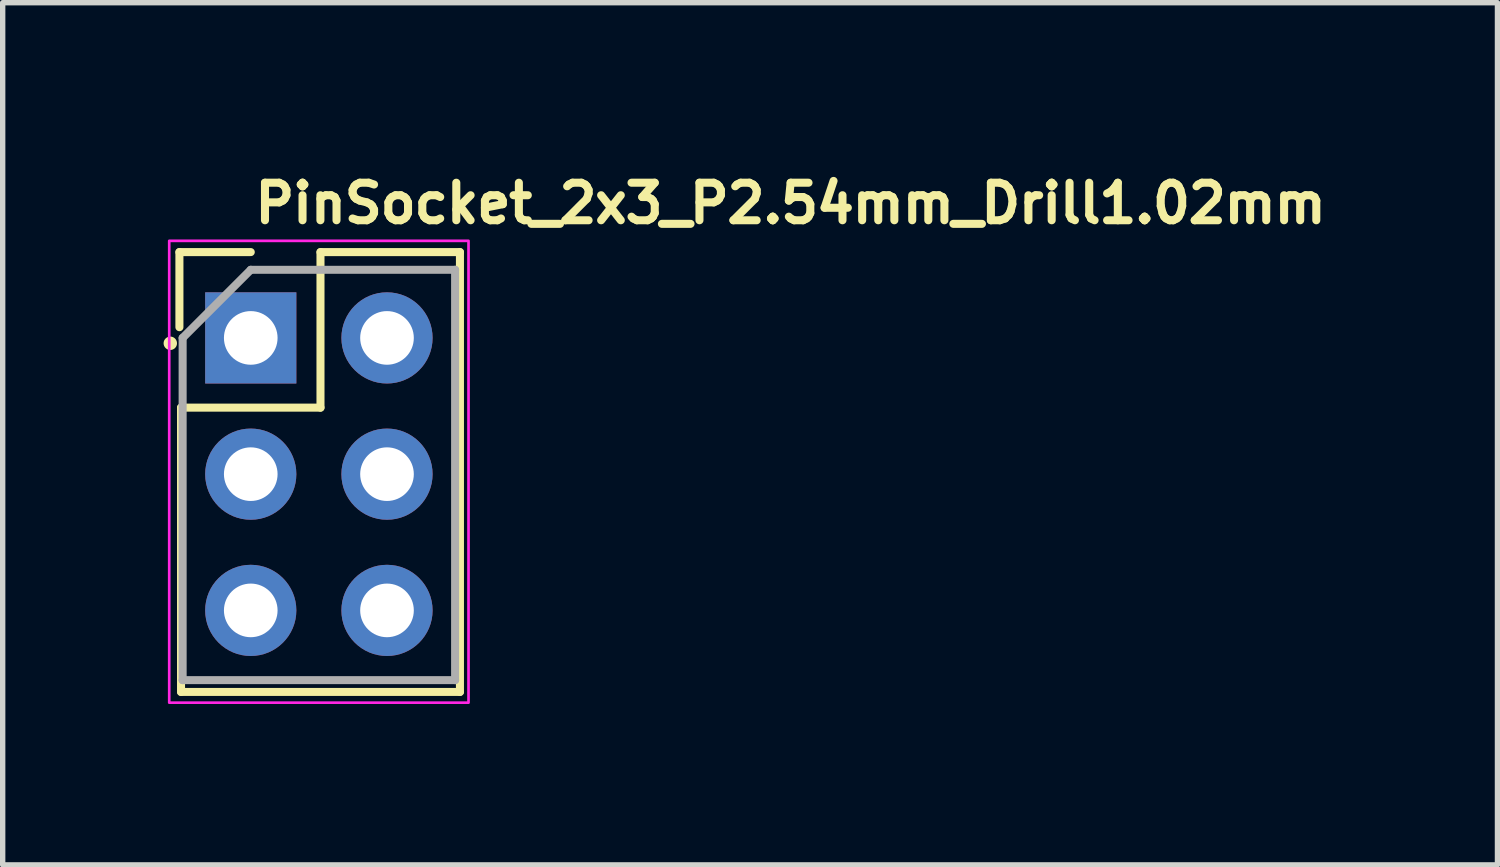
<source format=kicad_pcb>
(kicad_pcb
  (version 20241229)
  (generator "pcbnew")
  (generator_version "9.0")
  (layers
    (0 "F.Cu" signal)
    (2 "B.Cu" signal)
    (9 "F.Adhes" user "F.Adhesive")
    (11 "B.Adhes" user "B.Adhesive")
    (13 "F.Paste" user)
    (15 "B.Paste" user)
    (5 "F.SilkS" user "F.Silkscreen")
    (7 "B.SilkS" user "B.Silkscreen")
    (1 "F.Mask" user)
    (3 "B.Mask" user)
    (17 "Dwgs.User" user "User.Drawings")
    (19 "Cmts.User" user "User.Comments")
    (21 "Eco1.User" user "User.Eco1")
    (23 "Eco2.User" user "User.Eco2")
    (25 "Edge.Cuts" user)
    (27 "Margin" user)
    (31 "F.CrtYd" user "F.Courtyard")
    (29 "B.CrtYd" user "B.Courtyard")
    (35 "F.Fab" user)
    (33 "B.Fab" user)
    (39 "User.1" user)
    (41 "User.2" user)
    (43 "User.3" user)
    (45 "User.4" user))
  (footprint "PinSocket_2x3_P2.54mm_Drill1.02mm"
    (layer "F.Cu")
    (at 1.625 3.25)
    (property "Reference" "PinSocket_2x3_P2.54mm_Drill1.02mm" (at 0 -2.1 0) (layer "F.SilkS") (effects (font (size 0.7 0.7) (thickness 0.15)) (justify left bottom)))
    (attr through_hole)
    (fp_line (start -1.33 -1.6) (end 0 -1.6) (stroke (width 0.15) (type solid)) (layer "F.SilkS"))
    (fp_line (start -1.33 -0.2) (end -1.33 -1.6) (stroke (width 0.15) (type solid)) (layer "F.SilkS"))
    (fp_line (start -1.3 1.3) (end -1.3 6.6) (stroke (width 0.15) (type solid)) (layer "F.SilkS"))
    (fp_line (start -1.3 1.3) (end 1.3 1.3) (stroke (width 0.15) (type solid)) (layer "F.SilkS"))
    (fp_line (start -1.3 6.6) (end 3.9 6.6) (stroke (width 0.15) (type solid)) (layer "F.SilkS"))
    (fp_line (start 1.3 -1.6) (end 3.9 -1.6) (stroke (width 0.15) (type solid)) (layer "F.SilkS"))
    (fp_line (start 1.3 1.3) (end 1.3 -1.6) (stroke (width 0.15) (type solid)) (layer "F.SilkS"))
    (fp_line (start 3.9 -1.6) (end 3.9 6.6) (stroke (width 0.15) (type solid)) (layer "F.SilkS"))
    (fp_circle (center -1.5 0.1) (end -1.45 0.1) (stroke (width 0.15) (type solid)) (fill yes) (layer "F.SilkS"))
    (fp_rect (start -1.52 -1.81) (end 4.06 6.8) (stroke (width 0.05) (type solid)) (fill no) (layer "F.CrtYd"))
    (fp_line (start -1.27 0) (end 0 -1.27) (stroke (width 0.15) (type solid)) (layer "F.Fab"))
    (fp_line (start -1.27 6.38) (end -1.27 0) (stroke (width 0.15) (type solid)) (layer "F.Fab"))
    (fp_line (start 0 -1.27) (end 3.81 -1.27) (stroke (width 0.15) (type solid)) (layer "F.Fab"))
    (fp_line (start 3.81 -1.27) (end 3.81 6.38) (stroke (width 0.15) (type solid)) (layer "F.Fab"))
    (fp_line (start 3.81 6.38) (end -1.27 6.38) (stroke (width 0.15) (type solid)) (layer "F.Fab"))
    (fp_rect (start -1.27 -1.56) (end 3.81 6.559) (stroke (width 0.1) (type solid)) (fill no) (layer "User.5"))
    (fp_line (start -1.27 6.559) (end -1.27 -1.56) (stroke (width 0.02) (type solid)) (layer "User.9"))
    (fp_line (start -0.55 -0.59) (end 0.55 -0.59) (stroke (width 0.02) (type solid)) (layer "User.9"))
    (fp_line (start -0.55 0.51) (end -0.55 -0.59) (stroke (width 0.02) (type solid)) (layer "User.9"))
    (fp_line (start -0.55 0.51) (end -0.349 0.31) (stroke (width 0.02) (type solid)) (layer "User.9"))
    (fp_line (start -0.55 1.95) (end 0.55 1.95) (stroke (width 0.02) (type solid)) (layer "User.9"))
    (fp_line (start -0.55 3.049) (end -0.55 1.95) (stroke (width 0.02) (type solid)) (layer "User.9"))
    (fp_line (start -0.55 3.049) (end -0.349 2.85) (stroke (width 0.02) (type solid)) (layer "User.9"))
    (fp_line (start -0.55 4.49) (end 0.55 4.49) (stroke (width 0.02) (type solid)) (layer "User.9"))
    (fp_line (start -0.55 5.59) (end -0.55 4.49) (stroke (width 0.02) (type solid)) (layer "User.9"))
    (fp_line (start -0.55 5.59) (end -0.349 5.39) (stroke (width 0.02) (type solid)) (layer "User.9"))
    (fp_line (start -0.349 -0.39) (end -0.55 -0.59) (stroke (width 0.02) (type solid)) (layer "User.9"))
    (fp_line (start -0.349 -0.39) (end -0.349 0.31) (stroke (width 0.02) (type solid)) (layer "User.9"))
    (fp_line (start -0.349 0.31) (end 0.349 0.31) (stroke (width 0.02) (type solid)) (layer "User.9"))
    (fp_line (start -0.349 2.15) (end -0.55 1.95) (stroke (width 0.02) (type solid)) (layer "User.9"))
    (fp_line (start -0.349 2.15) (end -0.349 2.85) (stroke (width 0.02) (type solid)) (layer "User.9"))
    (fp_line (start -0.349 2.85) (end 0.349 2.85) (stroke (width 0.02) (type solid)) (layer "User.9"))
    (fp_line (start -0.349 4.69) (end -0.55 4.49) (stroke (width 0.02) (type solid)) (layer "User.9"))
    (fp_line (start -0.349 4.69) (end -0.349 5.39) (stroke (width 0.02) (type solid)) (layer "User.9"))
    (fp_line (start -0.349 5.39) (end 0.349 5.39) (stroke (width 0.02) (type solid)) (layer "User.9"))
    (fp_line (start -0.2 -0.223) (end -0.2 -0.39) (stroke (width 0.02) (type solid)) (layer "User.9"))
    (fp_line (start -0.2 -0.221) (end 0.2 -0.221) (stroke (width 0.02) (type solid)) (layer "User.9"))
    (fp_line (start -0.2 -0.04) (end -0.2 -0.221) (stroke (width 0.02) (type solid)) (layer "User.9"))
    (fp_line (start -0.2 -0.04) (end 0.2 -0.04) (stroke (width 0.02) (type solid)) (layer "User.9"))
    (fp_line (start -0.2 0.141) (end -0.2 -0.04) (stroke (width 0.02) (type solid)) (layer "User.9"))
    (fp_line (start -0.2 0.141) (end 0.2 0.141) (stroke (width 0.02) (type solid)) (layer "User.9"))
    (fp_line (start -0.2 0.31) (end -0.2 0.143) (stroke (width 0.02) (type solid)) (layer "User.9"))
    (fp_line (start -0.2 2.316) (end -0.2 2.15) (stroke (width 0.02) (type solid)) (layer "User.9"))
    (fp_line (start -0.2 2.318) (end 0.2 2.318) (stroke (width 0.02) (type solid)) (layer "User.9"))
    (fp_line (start -0.2 2.5) (end -0.2 2.318) (stroke (width 0.02) (type solid)) (layer "User.9"))
    (fp_line (start -0.2 2.5) (end 0.2 2.5) (stroke (width 0.02) (type solid)) (layer "User.9"))
    (fp_line (start -0.2 2.681) (end -0.2 2.5) (stroke (width 0.02) (type solid)) (layer "User.9"))
    (fp_line (start -0.2 2.681) (end 0.2 2.681) (stroke (width 0.02) (type solid)) (layer "User.9"))
    (fp_line (start -0.2 2.85) (end -0.2 2.683) (stroke (width 0.02) (type solid)) (layer "User.9"))
    (fp_line (start -0.2 4.856) (end -0.2 4.69) (stroke (width 0.02) (type solid)) (layer "User.9"))
    (fp_line (start -0.2 4.858) (end 0.2 4.858) (stroke (width 0.02) (type solid)) (layer "User.9"))
    (fp_line (start -0.2 5.04) (end -0.2 4.858) (stroke (width 0.02) (type solid)) (layer "User.9"))
    (fp_line (start -0.2 5.04) (end 0.2 5.04) (stroke (width 0.02) (type solid)) (layer "User.9"))
    (fp_line (start -0.2 5.221) (end -0.2 5.04) (stroke (width 0.02) (type solid)) (layer "User.9"))
    (fp_line (start -0.2 5.221) (end 0.2 5.221) (stroke (width 0.02) (type solid)) (layer "User.9"))
    (fp_line (start -0.2 5.39) (end -0.2 5.223) (stroke (width 0.02) (type solid)) (layer "User.9"))
    (fp_line (start 0.2 -0.223) (end 0.2 -0.39) (stroke (width 0.02) (type solid)) (layer "User.9"))
    (fp_line (start 0.2 -0.04) (end 0.2 -0.221) (stroke (width 0.02) (type solid)) (layer "User.9"))
    (fp_line (start 0.2 0.141) (end 0.2 -0.04) (stroke (width 0.02) (type solid)) (layer "User.9"))
    (fp_line (start 0.2 0.31) (end 0.2 0.143) (stroke (width 0.02) (type solid)) (layer "User.9"))
    (fp_line (start 0.2 2.316) (end 0.2 2.15) (stroke (width 0.02) (type solid)) (layer "User.9"))
    (fp_line (start 0.2 2.5) (end 0.2 2.318) (stroke (width 0.02) (type solid)) (layer "User.9"))
    (fp_line (start 0.2 2.681) (end 0.2 2.5) (stroke (width 0.02) (type solid)) (layer "User.9"))
    (fp_line (start 0.2 2.85) (end 0.2 2.683) (stroke (width 0.02) (type solid)) (layer "User.9"))
    (fp_line (start 0.2 4.856) (end 0.2 4.69) (stroke (width 0.02) (type solid)) (layer "User.9"))
    (fp_line (start 0.2 5.04) (end 0.2 4.858) (stroke (width 0.02) (type solid)) (layer "User.9"))
    (fp_line (start 0.2 5.221) (end 0.2 5.04) (stroke (width 0.02) (type solid)) (layer "User.9"))
    (fp_line (start 0.2 5.39) (end 0.2 5.223) (stroke (width 0.02) (type solid)) (layer "User.9"))
    (fp_line (start 0.349 -0.39) (end -0.349 -0.39) (stroke (width 0.02) (type solid)) (layer "User.9"))
    (fp_line (start 0.349 0.31) (end 0.349 -0.39) (stroke (width 0.02) (type solid)) (layer "User.9"))
    (fp_line (start 0.349 2.15) (end -0.349 2.15) (stroke (width 0.02) (type solid)) (layer "User.9"))
    (fp_line (start 0.349 2.85) (end 0.349 2.15) (stroke (width 0.02) (type solid)) (layer "User.9"))
    (fp_line (start 0.349 4.69) (end -0.349 4.69) (stroke (width 0.02) (type solid)) (layer "User.9"))
    (fp_line (start 0.349 5.39) (end 0.349 4.69) (stroke (width 0.02) (type solid)) (layer "User.9"))
    (fp_line (start 0.55 -0.59) (end 0.349 -0.39) (stroke (width 0.02) (type solid)) (layer "User.9"))
    (fp_line (start 0.55 -0.59) (end 0.55 0.51) (stroke (width 0.02) (type solid)) (layer "User.9"))
    (fp_line (start 0.55 0.51) (end -0.55 0.51) (stroke (width 0.02) (type solid)) (layer "User.9"))
    (fp_line (start 0.55 0.51) (end 0.349 0.31) (stroke (width 0.02) (type solid)) (layer "User.9"))
    (fp_line (start 0.55 1.95) (end 0.349 2.15) (stroke (width 0.02) (type solid)) (layer "User.9"))
    (fp_line (start 0.55 1.95) (end 0.55 3.049) (stroke (width 0.02) (type solid)) (layer "User.9"))
    (fp_line (start 0.55 3.049) (end -0.55 3.049) (stroke (width 0.02) (type solid)) (layer "User.9"))
    (fp_line (start 0.55 3.049) (end 0.349 2.85) (stroke (width 0.02) (type solid)) (layer "User.9"))
    (fp_line (start 0.55 4.49) (end 0.349 4.69) (stroke (width 0.02) (type solid)) (layer "User.9"))
    (fp_line (start 0.55 4.49) (end 0.55 5.59) (stroke (width 0.02) (type solid)) (layer "User.9"))
    (fp_line (start 0.55 5.59) (end -0.55 5.59) (stroke (width 0.02) (type solid)) (layer "User.9"))
    (fp_line (start 0.55 5.59) (end 0.349 5.39) (stroke (width 0.02) (type solid)) (layer "User.9"))
    (fp_line (start 1.99 -0.59) (end 3.09 -0.59) (stroke (width 0.02) (type solid)) (layer "User.9"))
    (fp_line (start 1.99 0.51) (end 1.99 -0.59) (stroke (width 0.02) (type solid)) (layer "User.9"))
    (fp_line (start 1.99 0.51) (end 2.19 0.31) (stroke (width 0.02) (type solid)) (layer "User.9"))
    (fp_line (start 1.99 1.95) (end 3.09 1.95) (stroke (width 0.02) (type solid)) (layer "User.9"))
    (fp_line (start 1.99 3.049) (end 1.99 1.95) (stroke (width 0.02) (type solid)) (layer "User.9"))
    (fp_line (start 1.99 3.049) (end 2.19 2.85) (stroke (width 0.02) (type solid)) (layer "User.9"))
    (fp_line (start 1.99 4.49) (end 3.09 4.49) (stroke (width 0.02) (type solid)) (layer "User.9"))
    (fp_line (start 1.99 5.59) (end 1.99 4.49) (stroke (width 0.02) (type solid)) (layer "User.9"))
    (fp_line (start 1.99 5.59) (end 2.19 5.39) (stroke (width 0.02) (type solid)) (layer "User.9"))
    (fp_line (start 2.19 -0.39) (end 1.99 -0.59) (stroke (width 0.02) (type solid)) (layer "User.9"))
    (fp_line (start 2.19 -0.39) (end 2.19 0.31) (stroke (width 0.02) (type solid)) (layer "User.9"))
    (fp_line (start 2.19 0.31) (end 2.89 0.31) (stroke (width 0.02) (type solid)) (layer "User.9"))
    (fp_line (start 2.19 2.15) (end 1.99 1.95) (stroke (width 0.02) (type solid)) (layer "User.9"))
    (fp_line (start 2.19 2.15) (end 2.19 2.85) (stroke (width 0.02) (type solid)) (layer "User.9"))
    (fp_line (start 2.19 2.85) (end 2.89 2.85) (stroke (width 0.02) (type solid)) (layer "User.9"))
    (fp_line (start 2.19 4.69) (end 1.99 4.49) (stroke (width 0.02) (type solid)) (layer "User.9"))
    (fp_line (start 2.19 4.69) (end 2.19 5.39) (stroke (width 0.02) (type solid)) (layer "User.9"))
    (fp_line (start 2.19 5.39) (end 2.89 5.39) (stroke (width 0.02) (type solid)) (layer "User.9"))
    (fp_line (start 2.34 -0.223) (end 2.34 -0.39) (stroke (width 0.02) (type solid)) (layer "User.9"))
    (fp_line (start 2.34 -0.221) (end 2.74 -0.221) (stroke (width 0.02) (type solid)) (layer "User.9"))
    (fp_line (start 2.34 -0.04) (end 2.34 -0.221) (stroke (width 0.02) (type solid)) (layer "User.9"))
    (fp_line (start 2.34 -0.04) (end 2.74 -0.04) (stroke (width 0.02) (type solid)) (layer "User.9"))
    (fp_line (start 2.34 0.141) (end 2.34 -0.04) (stroke (width 0.02) (type solid)) (layer "User.9"))
    (fp_line (start 2.34 0.141) (end 2.74 0.141) (stroke (width 0.02) (type solid)) (layer "User.9"))
    (fp_line (start 2.34 0.31) (end 2.34 0.143) (stroke (width 0.02) (type solid)) (layer "User.9"))
    (fp_line (start 2.34 2.316) (end 2.34 2.15) (stroke (width 0.02) (type solid)) (layer "User.9"))
    (fp_line (start 2.34 2.318) (end 2.74 2.318) (stroke (width 0.02) (type solid)) (layer "User.9"))
    (fp_line (start 2.34 2.5) (end 2.34 2.318) (stroke (width 0.02) (type solid)) (layer "User.9"))
    (fp_line (start 2.34 2.5) (end 2.74 2.5) (stroke (width 0.02) (type solid)) (layer "User.9"))
    (fp_line (start 2.34 2.681) (end 2.34 2.5) (stroke (width 0.02) (type solid)) (layer "User.9"))
    (fp_line (start 2.34 2.681) (end 2.74 2.681) (stroke (width 0.02) (type solid)) (layer "User.9"))
    (fp_line (start 2.34 2.85) (end 2.34 2.683) (stroke (width 0.02) (type solid)) (layer "User.9"))
    (fp_line (start 2.34 4.856) (end 2.34 4.69) (stroke (width 0.02) (type solid)) (layer "User.9"))
    (fp_line (start 2.34 4.858) (end 2.74 4.858) (stroke (width 0.02) (type solid)) (layer "User.9"))
    (fp_line (start 2.34 5.04) (end 2.34 4.858) (stroke (width 0.02) (type solid)) (layer "User.9"))
    (fp_line (start 2.34 5.04) (end 2.74 5.04) (stroke (width 0.02) (type solid)) (layer "User.9"))
    (fp_line (start 2.34 5.221) (end 2.34 5.04) (stroke (width 0.02) (type solid)) (layer "User.9"))
    (fp_line (start 2.34 5.221) (end 2.74 5.221) (stroke (width 0.02) (type solid)) (layer "User.9"))
    (fp_line (start 2.34 5.39) (end 2.34 5.223) (stroke (width 0.02) (type solid)) (layer "User.9"))
    (fp_line (start 2.74 -0.223) (end 2.74 -0.39) (stroke (width 0.02) (type solid)) (layer "User.9"))
    (fp_line (start 2.74 -0.04) (end 2.74 -0.221) (stroke (width 0.02) (type solid)) (layer "User.9"))
    (fp_line (start 2.74 0.141) (end 2.74 -0.04) (stroke (width 0.02) (type solid)) (layer "User.9"))
    (fp_line (start 2.74 0.31) (end 2.74 0.143) (stroke (width 0.02) (type solid)) (layer "User.9"))
    (fp_line (start 2.74 2.316) (end 2.74 2.15) (stroke (width 0.02) (type solid)) (layer "User.9"))
    (fp_line (start 2.74 2.5) (end 2.74 2.318) (stroke (width 0.02) (type solid)) (layer "User.9"))
    (fp_line (start 2.74 2.681) (end 2.74 2.5) (stroke (width 0.02) (type solid)) (layer "User.9"))
    (fp_line (start 2.74 2.85) (end 2.74 2.683) (stroke (width 0.02) (type solid)) (layer "User.9"))
    (fp_line (start 2.74 4.856) (end 2.74 4.69) (stroke (width 0.02) (type solid)) (layer "User.9"))
    (fp_line (start 2.74 5.04) (end 2.74 4.858) (stroke (width 0.02) (type solid)) (layer "User.9"))
    (fp_line (start 2.74 5.221) (end 2.74 5.04) (stroke (width 0.02) (type solid)) (layer "User.9"))
    (fp_line (start 2.74 5.39) (end 2.74 5.223) (stroke (width 0.02) (type solid)) (layer "User.9"))
    (fp_line (start 2.89 -0.39) (end 2.19 -0.39) (stroke (width 0.02) (type solid)) (layer "User.9"))
    (fp_line (start 2.89 0.31) (end 2.89 -0.39) (stroke (width 0.02) (type solid)) (layer "User.9"))
    (fp_line (start 2.89 2.15) (end 2.19 2.15) (stroke (width 0.02) (type solid)) (layer "User.9"))
    (fp_line (start 2.89 2.85) (end 2.89 2.15) (stroke (width 0.02) (type solid)) (layer "User.9"))
    (fp_line (start 2.89 4.69) (end 2.19 4.69) (stroke (width 0.02) (type solid)) (layer "User.9"))
    (fp_line (start 2.89 5.39) (end 2.89 4.69) (stroke (width 0.02) (type solid)) (layer "User.9"))
    (fp_line (start 3.09 -0.59) (end 2.89 -0.39) (stroke (width 0.02) (type solid)) (layer "User.9"))
    (fp_line (start 3.09 -0.59) (end 3.09 0.51) (stroke (width 0.02) (type solid)) (layer "User.9"))
    (fp_line (start 3.09 0.51) (end 1.99 0.51) (stroke (width 0.02) (type solid)) (layer "User.9"))
    (fp_line (start 3.09 0.51) (end 2.89 0.31) (stroke (width 0.02) (type solid)) (layer "User.9"))
    (fp_line (start 3.09 1.95) (end 2.89 2.15) (stroke (width 0.02) (type solid)) (layer "User.9"))
    (fp_line (start 3.09 1.95) (end 3.09 3.049) (stroke (width 0.02) (type solid)) (layer "User.9"))
    (fp_line (start 3.09 3.049) (end 1.99 3.049) (stroke (width 0.02) (type solid)) (layer "User.9"))
    (fp_line (start 3.09 3.049) (end 2.89 2.85) (stroke (width 0.02) (type solid)) (layer "User.9"))
    (fp_line (start 3.09 4.49) (end 2.89 4.69) (stroke (width 0.02) (type solid)) (layer "User.9"))
    (fp_line (start 3.09 4.49) (end 3.09 5.59) (stroke (width 0.02) (type solid)) (layer "User.9"))
    (fp_line (start 3.09 5.59) (end 1.99 5.59) (stroke (width 0.02) (type solid)) (layer "User.9"))
    (fp_line (start 3.09 5.59) (end 2.89 5.39) (stroke (width 0.02) (type solid)) (layer "User.9"))
    (fp_line (start 3.81 -1.56) (end -1.27 -1.56) (stroke (width 0.02) (type solid)) (layer "User.9"))
    (fp_line (start 3.81 6.559) (end -1.27 6.559) (stroke (width 0.02) (type solid)) (layer "User.9"))
    (fp_line (start 3.81 6.559) (end 3.81 -1.56) (stroke (width 0.02) (type solid)) (layer "User.9"))
    (pad "1" thru_hole rect (at 0 0) (size 1.7 1.7) (drill 1) (layers "*.Cu" "*.Mask"))
    (pad "2" thru_hole oval (at 2.54 0) (size 1.7 1.7) (drill 1) (layers "*.Cu" "*.Mask"))
    (pad "3" thru_hole oval (at 0 2.54) (size 1.7 1.7) (drill 1) (layers "*.Cu" "*.Mask"))
    (pad "4" thru_hole oval (at 2.54 2.54) (size 1.7 1.7) (drill 1) (layers "*.Cu" "*.Mask"))
    (pad "5" thru_hole oval (at 0 5.08) (size 1.7 1.7) (drill 1) (layers "*.Cu" "*.Mask"))
    (pad "6" thru_hole oval (at 2.54 5.08) (size 1.7 1.7) (drill 1) (layers "*.Cu" "*.Mask")))
  (gr_rect
    (start -3 -3)
    (end 24.868 13.075)
    (stroke (width 0.1) (type default))
    (fill no)
    (layer "Edge.Cuts")))
</source>
